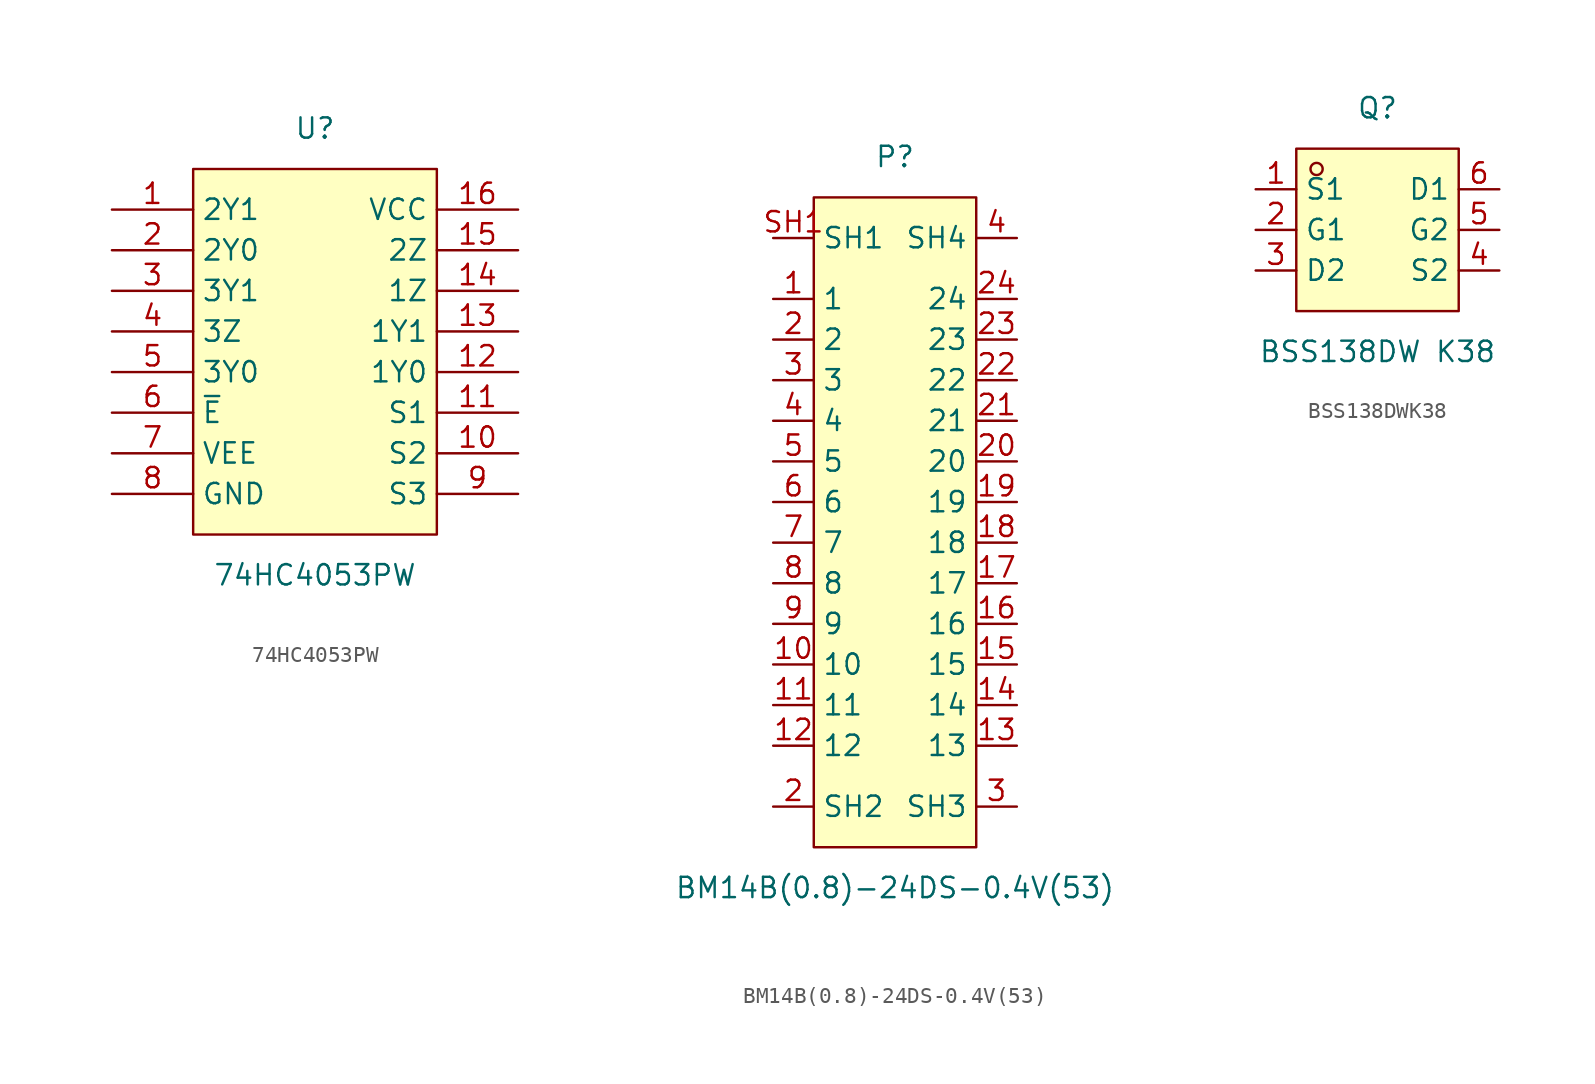
<source format=kicad_sym>
(kicad_symbol_lib
  (version 20241209)
  (generator "kicad_symbol_editor")
  (generator_version "9.0")
  (symbol "74HC4053PW"
    (property "Reference" "U"
      (at 0 13.97 0)
      (effects (font (size 1.27 1.27))))
    (property "Value" "74HC4053PW"
      (at 0 -13.97 0)
      (effects (font (size 1.27 1.27))))
    (symbol "74HC4053PW_0_1"
      (rectangle (start -7.62 11.43) (end 7.62 -11.43) (stroke (width 0) (type default) (color 0 0 0 0)) (fill (type background)))
      (pin unspecified line (at -12.70 8.89 0) (length 5.08) (name "2Y1" (effects (font (size 1.27 1.27)))) (number "1" (effects (font (size 1.27 1.27)))))
      (pin unspecified line (at -12.70 6.35 0) (length 5.08) (name "2Y0" (effects (font (size 1.27 1.27)))) (number "2" (effects (font (size 1.27 1.27)))))
      (pin unspecified line (at -12.70 3.81 0) (length 5.08) (name "3Y1" (effects (font (size 1.27 1.27)))) (number "3" (effects (font (size 1.27 1.27)))))
      (pin unspecified line (at -12.70 1.27 0) (length 5.08) (name "3Z" (effects (font (size 1.27 1.27)))) (number "4" (effects (font (size 1.27 1.27)))))
      (pin unspecified line (at -12.70 -1.27 0) (length 5.08) (name "3Y0" (effects (font (size 1.27 1.27)))) (number "5" (effects (font (size 1.27 1.27)))))
      (pin unspecified line (at -12.70 -3.81 0) (length 5.08) (name "~{E}" (effects (font (size 1.27 1.27)))) (number "6" (effects (font (size 1.27 1.27)))))
      (pin unspecified line (at -12.70 -6.35 0) (length 5.08) (name "VEE" (effects (font (size 1.27 1.27)))) (number "7" (effects (font (size 1.27 1.27)))))
      (pin unspecified line (at -12.70 -8.89 0) (length 5.08) (name "GND" (effects (font (size 1.27 1.27)))) (number "8" (effects (font (size 1.27 1.27)))))
      (pin unspecified line (at 12.70 -8.89 180) (length 5.08) (name "S3" (effects (font (size 1.27 1.27)))) (number "9" (effects (font (size 1.27 1.27)))))
      (pin unspecified line (at 12.70 -6.35 180) (length 5.08) (name "S2" (effects (font (size 1.27 1.27)))) (number "10" (effects (font (size 1.27 1.27)))))
      (pin unspecified line (at 12.70 -3.81 180) (length 5.08) (name "S1" (effects (font (size 1.27 1.27)))) (number "11" (effects (font (size 1.27 1.27)))))
      (pin unspecified line (at 12.70 -1.27 180) (length 5.08) (name "1Y0" (effects (font (size 1.27 1.27)))) (number "12" (effects (font (size 1.27 1.27)))))
      (pin unspecified line (at 12.70 1.27 180) (length 5.08) (name "1Y1" (effects (font (size 1.27 1.27)))) (number "13" (effects (font (size 1.27 1.27)))))
      (pin unspecified line (at 12.70 3.81 180) (length 5.08) (name "1Z" (effects (font (size 1.27 1.27)))) (number "14" (effects (font (size 1.27 1.27)))))
      (pin unspecified line (at 12.70 6.35 180) (length 5.08) (name "2Z" (effects (font (size 1.27 1.27)))) (number "15" (effects (font (size 1.27 1.27)))))
      (pin unspecified line (at 12.70 8.89 180) (length 5.08) (name "VCC" (effects (font (size 1.27 1.27)))) (number "16" (effects (font (size 1.27 1.27)))))))
  (symbol "BM14B(0.8)-24DS-0.4V(53)"
    (property "Reference" "P"
      (at 0 22.86 0)
      (effects (font (size 1.27 1.27))))
    (property "Value" "BM14B(0.8)-24DS-0.4V(53)"
      (at 0 -22.86 0)
      (effects (font (size 1.27 1.27))))
    (symbol "BM14B(0.8)-24DS-0.4V(53)_0_1"
      (rectangle (start -5.08 20.32) (end 5.08 -20.32) (stroke (width 0) (type default)) (fill (type background)))
      (pin unspecified line (at -7.62 17.78 0) (length 2.54) (name "SH1" (effects (font (size 1.27 1.27)))) (number "SH1" (effects (font (size 1.27 1.27)))))
      (pin unspecified line (at -7.62 13.97 0) (length 2.54) (name "1" (effects (font (size 1.27 1.27)))) (number "1" (effects (font (size 1.27 1.27)))))
      (pin unspecified line (at -7.62 11.43 0) (length 2.54) (name "2" (effects (font (size 1.27 1.27)))) (number "2" (effects (font (size 1.27 1.27)))))
      (pin unspecified line (at -7.62 8.89 0) (length 2.54) (name "3" (effects (font (size 1.27 1.27)))) (number "3" (effects (font (size 1.27 1.27)))))
      (pin unspecified line (at -7.62 6.35 0) (length 2.54) (name "4" (effects (font (size 1.27 1.27)))) (number "4" (effects (font (size 1.27 1.27)))))
      (pin unspecified line (at -7.62 3.81 0) (length 2.54) (name "5" (effects (font (size 1.27 1.27)))) (number "5" (effects (font (size 1.27 1.27)))))
      (pin unspecified line (at -7.62 1.27 0) (length 2.54) (name "6" (effects (font (size 1.27 1.27)))) (number "6" (effects (font (size 1.27 1.27)))))
      (pin unspecified line (at -7.62 -1.27 0) (length 2.54) (name "7" (effects (font (size 1.27 1.27)))) (number "7" (effects (font (size 1.27 1.27)))))
      (pin unspecified line (at -7.62 -3.81 0) (length 2.54) (name "8" (effects (font (size 1.27 1.27)))) (number "8" (effects (font (size 1.27 1.27)))))
      (pin unspecified line (at -7.62 -6.35 0) (length 2.54) (name "9" (effects (font (size 1.27 1.27)))) (number "9" (effects (font (size 1.27 1.27)))))
      (pin unspecified line (at -7.62 -8.89 0) (length 2.54) (name "10" (effects (font (size 1.27 1.27)))) (number "10" (effects (font (size 1.27 1.27)))))
      (pin unspecified line (at -7.62 -11.43 0) (length 2.54) (name "11" (effects (font (size 1.27 1.27)))) (number "11" (effects (font (size 1.27 1.27)))))
      (pin unspecified line (at -7.62 -13.97 0) (length 2.54) (name "12" (effects (font (size 1.27 1.27)))) (number "12" (effects (font (size 1.27 1.27)))))
      (pin unspecified line (at -7.62 -17.78 0) (length 2.54) (name "SH2" (effects (font (size 1.27 1.27)))) (number "2" (effects (font (size 1.27 1.27)))))
      (pin unspecified line (at 7.62 17.78 180) (length 2.54) (name "SH4" (effects (font (size 1.27 1.27)))) (number "4" (effects (font (size 1.27 1.27)))))
      (pin unspecified line (at 7.62 13.97 180) (length 2.54) (name "24" (effects (font (size 1.27 1.27)))) (number "24" (effects (font (size 1.27 1.27)))))
      (pin unspecified line (at 7.62 11.43 180) (length 2.54) (name "23" (effects (font (size 1.27 1.27)))) (number "23" (effects (font (size 1.27 1.27)))))
      (pin unspecified line (at 7.62 8.89 180) (length 2.54) (name "22" (effects (font (size 1.27 1.27)))) (number "22" (effects (font (size 1.27 1.27)))))
      (pin unspecified line (at 7.62 6.35 180) (length 2.54) (name "21" (effects (font (size 1.27 1.27)))) (number "21" (effects (font (size 1.27 1.27)))))
      (pin unspecified line (at 7.62 3.81 180) (length 2.54) (name "20" (effects (font (size 1.27 1.27)))) (number "20" (effects (font (size 1.27 1.27)))))
      (pin unspecified line (at 7.62 1.27 180) (length 2.54) (name "19" (effects (font (size 1.27 1.27)))) (number "19" (effects (font (size 1.27 1.27)))))
      (pin unspecified line (at 7.62 -1.27 180) (length 2.54) (name "18" (effects (font (size 1.27 1.27)))) (number "18" (effects (font (size 1.27 1.27)))))
      (pin unspecified line (at 7.62 -3.81 180) (length 2.54) (name "17" (effects (font (size 1.27 1.27)))) (number "17" (effects (font (size 1.27 1.27)))))
      (pin unspecified line (at 7.62 -6.35 180) (length 2.54) (name "16" (effects (font (size 1.27 1.27)))) (number "16" (effects (font (size 1.27 1.27)))))
      (pin unspecified line (at 7.62 -8.89 180) (length 2.54) (name "15" (effects (font (size 1.27 1.27)))) (number "15" (effects (font (size 1.27 1.27)))))
      (pin unspecified line (at 7.62 -11.43 180) (length 2.54) (name "14" (effects (font (size 1.27 1.27)))) (number "14" (effects (font (size 1.27 1.27)))))
      (pin unspecified line (at 7.62 -13.97 180) (length 2.54) (name "13" (effects (font (size 1.27 1.27)))) (number "13" (effects (font (size 1.27 1.27)))))
      (pin unspecified line (at 7.62 -17.78 180) (length 2.54) (name "SH3" (effects (font (size 1.27 1.27)))) (number "3" (effects (font (size 1.27 1.27)))))))
  (symbol "BSS138DWK38"
    (property "Reference" "Q"
      (at 0 7.62 0)
      (effects (font (size 1.27 1.27))))
    (property "Value" "BSS138DW K38"
      (at 0 -7.62 0)
      (effects (font (size 1.27 1.27))))
    (symbol "BSS138DWK38_0_1"
      (rectangle (start -5.08 5.08) (end 5.08 -5.08) (stroke (width 0) (type default)) (fill (type background)))
      (circle (center -3.81 3.81) (radius 0.38) (stroke (width 0) (type default)) (fill (type none)))
      (pin unspecified line (at -7.62 2.54 0) (length 2.54) (name "S1" (effects (font (size 1.27 1.27)))) (number "1" (effects (font (size 1.27 1.27)))))
      (pin unspecified line (at -7.62 0 0) (length 2.54) (name "G1" (effects (font (size 1.27 1.27)))) (number "2" (effects (font (size 1.27 1.27)))))
      (pin unspecified line (at -7.62 -2.54 0) (length 2.54) (name "D2" (effects (font (size 1.27 1.27)))) (number "3" (effects (font (size 1.27 1.27)))))
      (pin unspecified line (at 7.62 2.54 180) (length 2.54) (name "D1" (effects (font (size 1.27 1.27)))) (number "6" (effects (font (size 1.27 1.27)))))
      (pin unspecified line (at 7.62 0 180) (length 2.54) (name "G2" (effects (font (size 1.27 1.27)))) (number "5" (effects (font (size 1.27 1.27)))))
      (pin unspecified line (at 7.62 -2.54 180) (length 2.54) (name "S2" (effects (font (size 1.27 1.27)))) (number "4" (effects (font (size 1.27 1.27))))))))
</source>
